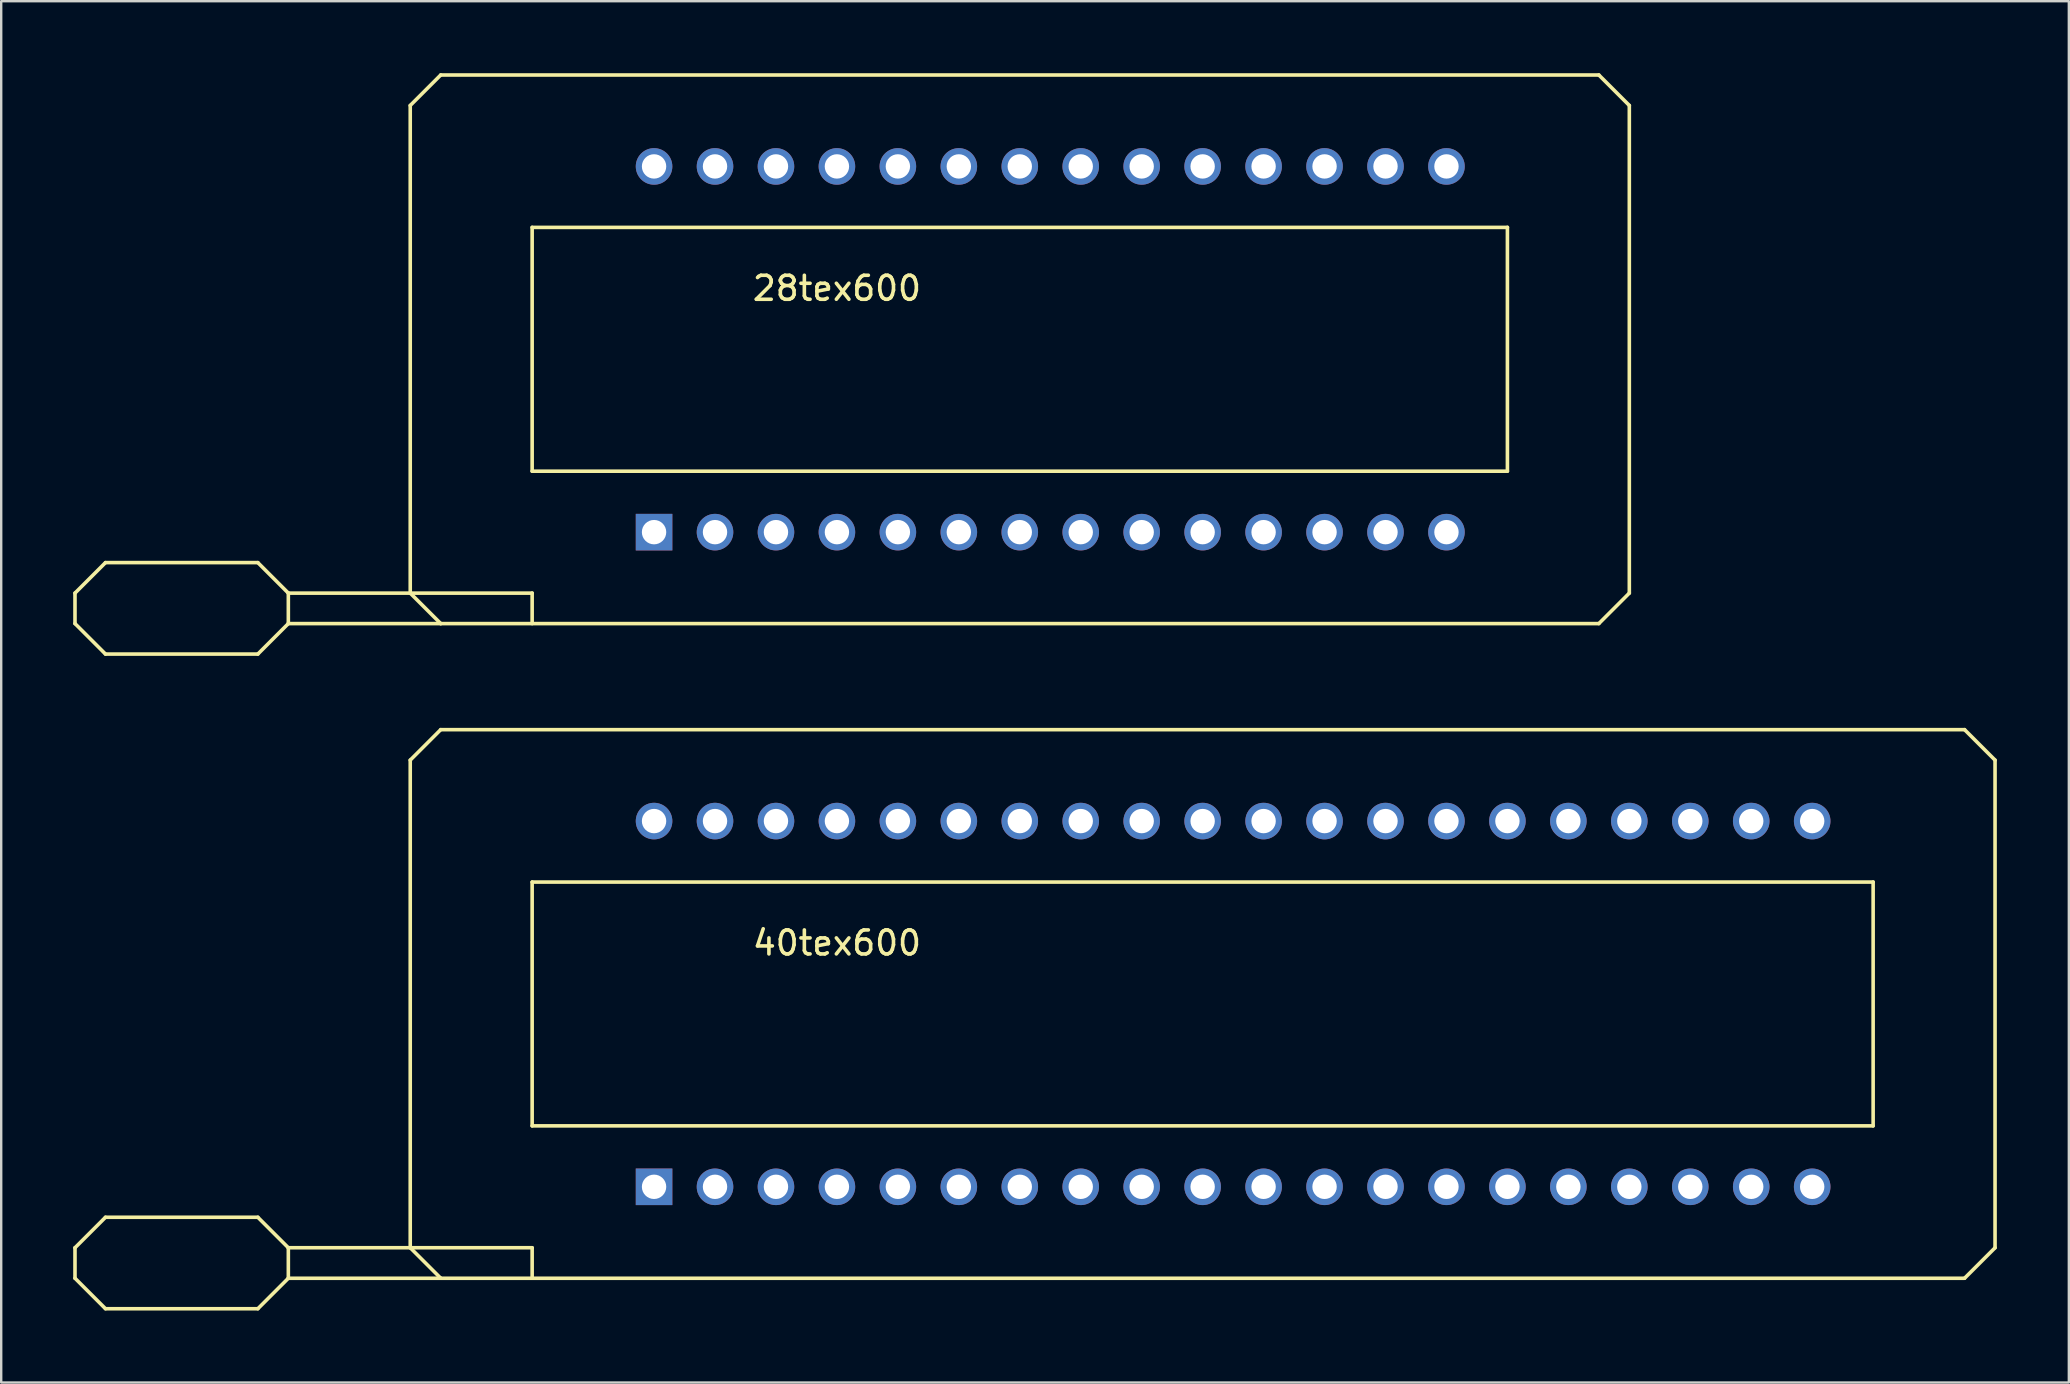
<source format=kicad_pcb>
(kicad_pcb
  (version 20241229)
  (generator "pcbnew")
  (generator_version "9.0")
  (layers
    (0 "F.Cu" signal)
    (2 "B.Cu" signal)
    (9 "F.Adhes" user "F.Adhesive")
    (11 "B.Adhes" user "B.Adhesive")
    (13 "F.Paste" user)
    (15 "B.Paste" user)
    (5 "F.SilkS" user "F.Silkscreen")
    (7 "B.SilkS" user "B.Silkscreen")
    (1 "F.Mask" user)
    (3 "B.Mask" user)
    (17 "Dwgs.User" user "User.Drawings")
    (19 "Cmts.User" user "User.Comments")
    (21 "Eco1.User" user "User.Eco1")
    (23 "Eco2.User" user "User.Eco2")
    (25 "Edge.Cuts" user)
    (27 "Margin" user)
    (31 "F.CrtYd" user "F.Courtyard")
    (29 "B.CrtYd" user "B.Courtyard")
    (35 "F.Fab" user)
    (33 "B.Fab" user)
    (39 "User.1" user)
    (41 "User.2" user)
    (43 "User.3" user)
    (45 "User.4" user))
  (footprint "28tex600"
    (layer "F.Cu")
    (at 40.715 11.505)
    (property "Reference" "28tex600" (at -8.89 -2.54 0) (layer "F.SilkS") (effects (font (size 1 1) (thickness 0.15))))
    (attr through_hole)
    (fp_line (start -40.64 10.16) (end -40.64 11.43) (stroke (width 0.15) (type solid)) (layer "F.SilkS"))
    (fp_line (start -40.64 11.43) (end -39.37 12.7) (stroke (width 0.15) (type solid)) (layer "F.SilkS"))
    (fp_line (start -39.37 8.89) (end -40.64 10.16) (stroke (width 0.15) (type solid)) (layer "F.SilkS"))
    (fp_line (start -39.37 12.7) (end -33.02 12.7) (stroke (width 0.15) (type solid)) (layer "F.SilkS"))
    (fp_line (start -33.02 8.89) (end -39.37 8.89) (stroke (width 0.15) (type solid)) (layer "F.SilkS"))
    (fp_line (start -33.02 12.7) (end -31.75 11.43) (stroke (width 0.15) (type solid)) (layer "F.SilkS"))
    (fp_line (start -31.75 10.16) (end -33.02 8.89) (stroke (width 0.15) (type solid)) (layer "F.SilkS"))
    (fp_line (start -31.75 10.16) (end -21.59 10.16) (stroke (width 0.15) (type solid)) (layer "F.SilkS"))
    (fp_line (start -31.75 11.43) (end -31.75 10.16) (stroke (width 0.15) (type solid)) (layer "F.SilkS"))
    (fp_line (start -31.75 11.43) (end -25.4 11.43) (stroke (width 0.15) (type solid)) (layer "F.SilkS"))
    (fp_line (start -26.67 -10.16) (end -26.67 10.16) (stroke (width 0.15) (type solid)) (layer "F.SilkS"))
    (fp_line (start -26.67 10.16) (end -25.4 11.43) (stroke (width 0.15) (type solid)) (layer "F.SilkS"))
    (fp_line (start -25.4 -11.43) (end -26.67 -10.16) (stroke (width 0.15) (type solid)) (layer "F.SilkS"))
    (fp_line (start -25.4 11.43) (end 22.86 11.43) (stroke (width 0.15) (type solid)) (layer "F.SilkS"))
    (fp_line (start -21.59 -5.08) (end -21.59 5.08) (stroke (width 0.15) (type solid)) (layer "F.SilkS"))
    (fp_line (start -21.59 5.08) (end 19.05 5.08) (stroke (width 0.15) (type solid)) (layer "F.SilkS"))
    (fp_line (start -21.59 10.16) (end -21.59 11.43) (stroke (width 0.15) (type solid)) (layer "F.SilkS"))
    (fp_line (start 19.05 -5.08) (end -21.59 -5.08) (stroke (width 0.15) (type solid)) (layer "F.SilkS"))
    (fp_line (start 19.05 5.08) (end 19.05 -5.08) (stroke (width 0.15) (type solid)) (layer "F.SilkS"))
    (fp_line (start 22.86 -11.43) (end -25.4 -11.43) (stroke (width 0.15) (type solid)) (layer "F.SilkS"))
    (fp_line (start 22.86 11.43) (end 24.13 10.16) (stroke (width 0.15) (type solid)) (layer "F.SilkS"))
    (fp_line (start 24.13 -10.16) (end 22.86 -11.43) (stroke (width 0.15) (type solid)) (layer "F.SilkS"))
    (fp_line (start 24.13 10.16) (end 24.13 -10.16) (stroke (width 0.15) (type solid)) (layer "F.SilkS"))
    (pad "1" thru_hole rect (at -16.51 7.62) (size 1.524 1.524) (drill 1.016) (layers "*.Cu" "*.Mask"))
    (pad "2" thru_hole circle (at -13.97 7.62) (size 1.524 1.524) (drill 1.016) (layers "*.Cu" "*.Mask"))
    (pad "3" thru_hole circle (at -11.43 7.62) (size 1.524 1.524) (drill 1.016) (layers "*.Cu" "*.Mask"))
    (pad "4" thru_hole circle (at -8.89 7.62) (size 1.524 1.524) (drill 1.016) (layers "*.Cu" "*.Mask"))
    (pad "5" thru_hole circle (at -6.35 7.62) (size 1.524 1.524) (drill 1.016) (layers "*.Cu" "*.Mask"))
    (pad "6" thru_hole circle (at -3.81 7.62) (size 1.524 1.524) (drill 1.016) (layers "*.Cu" "*.Mask"))
    (pad "7" thru_hole circle (at -1.27 7.62) (size 1.524 1.524) (drill 1.016) (layers "*.Cu" "*.Mask"))
    (pad "8" thru_hole circle (at 1.27 7.62) (size 1.524 1.524) (drill 1.016) (layers "*.Cu" "*.Mask"))
    (pad "9" thru_hole circle (at 3.81 7.62) (size 1.524 1.524) (drill 1.016) (layers "*.Cu" "*.Mask"))
    (pad "10" thru_hole circle (at 6.35 7.62) (size 1.524 1.524) (drill 1.016) (layers "*.Cu" "*.Mask"))
    (pad "11" thru_hole circle (at 8.89 7.62) (size 1.524 1.524) (drill 1.016) (layers "*.Cu" "*.Mask"))
    (pad "12" thru_hole circle (at 11.43 7.62) (size 1.524 1.524) (drill 1.016) (layers "*.Cu" "*.Mask"))
    (pad "13" thru_hole circle (at 13.97 7.62) (size 1.524 1.524) (drill 1.016) (layers "*.Cu" "*.Mask"))
    (pad "14" thru_hole circle (at 16.51 7.62) (size 1.524 1.524) (drill 1.016) (layers "*.Cu" "*.Mask"))
    (pad "15" thru_hole circle (at 16.51 -7.62) (size 1.524 1.524) (drill 1.016) (layers "*.Cu" "*.Mask"))
    (pad "16" thru_hole circle (at 13.97 -7.62) (size 1.524 1.524) (drill 1.016) (layers "*.Cu" "*.Mask"))
    (pad "17" thru_hole circle (at 11.43 -7.62) (size 1.524 1.524) (drill 1.016) (layers "*.Cu" "*.Mask"))
    (pad "18" thru_hole circle (at 8.89 -7.62) (size 1.524 1.524) (drill 1.016) (layers "*.Cu" "*.Mask"))
    (pad "19" thru_hole circle (at 6.35 -7.62) (size 1.524 1.524) (drill 1.016) (layers "*.Cu" "*.Mask"))
    (pad "20" thru_hole circle (at 3.81 -7.62) (size 1.524 1.524) (drill 1.016) (layers "*.Cu" "*.Mask"))
    (pad "21" thru_hole circle (at 1.27 -7.62) (size 1.524 1.524) (drill 1.016) (layers "*.Cu" "*.Mask"))
    (pad "22" thru_hole circle (at -1.27 -7.62) (size 1.524 1.524) (drill 1.016) (layers "*.Cu" "*.Mask"))
    (pad "23" thru_hole circle (at -3.81 -7.62) (size 1.524 1.524) (drill 1.016) (layers "*.Cu" "*.Mask"))
    (pad "24" thru_hole circle (at -6.35 -7.62) (size 1.524 1.524) (drill 1.016) (layers "*.Cu" "*.Mask"))
    (pad "25" thru_hole circle (at -8.89 -7.62) (size 1.524 1.524) (drill 1.016) (layers "*.Cu" "*.Mask"))
    (pad "26" thru_hole circle (at -11.43 -7.62) (size 1.524 1.524) (drill 1.016) (layers "*.Cu" "*.Mask"))
    (pad "27" thru_hole circle (at -13.97 -7.62) (size 1.524 1.524) (drill 1.016) (layers "*.Cu" "*.Mask"))
    (pad "28" thru_hole circle (at -16.51 -7.62) (size 1.524 1.524) (drill 1.016) (layers "*.Cu" "*.Mask")))
  (footprint "40tex600"
    (layer "F.Cu")
    (at 48.335 38.785)
    (property "Reference" "40tex600" (at -16.51 -2.54 0) (layer "F.SilkS") (effects (font (size 1 1) (thickness 0.15))))
    (attr through_hole)
    (fp_line (start -48.26 10.16) (end -48.26 11.43) (stroke (width 0.15) (type solid)) (layer "F.SilkS"))
    (fp_line (start -48.26 11.43) (end -46.99 12.7) (stroke (width 0.15) (type solid)) (layer "F.SilkS"))
    (fp_line (start -46.99 8.89) (end -48.26 10.16) (stroke (width 0.15) (type solid)) (layer "F.SilkS"))
    (fp_line (start -46.99 12.7) (end -40.64 12.7) (stroke (width 0.15) (type solid)) (layer "F.SilkS"))
    (fp_line (start -40.64 8.89) (end -46.99 8.89) (stroke (width 0.15) (type solid)) (layer "F.SilkS"))
    (fp_line (start -40.64 12.7) (end -39.37 11.43) (stroke (width 0.15) (type solid)) (layer "F.SilkS"))
    (fp_line (start -39.37 10.16) (end -40.64 8.89) (stroke (width 0.15) (type solid)) (layer "F.SilkS"))
    (fp_line (start -39.37 10.16) (end -29.21 10.16) (stroke (width 0.15) (type solid)) (layer "F.SilkS"))
    (fp_line (start -39.37 11.43) (end -39.37 10.16) (stroke (width 0.15) (type solid)) (layer "F.SilkS"))
    (fp_line (start -39.37 11.43) (end -33.02 11.43) (stroke (width 0.15) (type solid)) (layer "F.SilkS"))
    (fp_line (start -34.29 -10.16) (end -33.02 -11.43) (stroke (width 0.15) (type solid)) (layer "F.SilkS"))
    (fp_line (start -34.29 10.16) (end -34.29 -10.16) (stroke (width 0.15) (type solid)) (layer "F.SilkS"))
    (fp_line (start -33.02 -11.43) (end 30.48 -11.43) (stroke (width 0.15) (type solid)) (layer "F.SilkS"))
    (fp_line (start -33.02 11.43) (end -34.29 10.16) (stroke (width 0.15) (type solid)) (layer "F.SilkS"))
    (fp_line (start -29.21 -5.08) (end 26.67 -5.08) (stroke (width 0.15) (type solid)) (layer "F.SilkS"))
    (fp_line (start -29.21 5.08) (end -29.21 -5.08) (stroke (width 0.15) (type solid)) (layer "F.SilkS"))
    (fp_line (start -29.21 10.16) (end -29.21 11.43) (stroke (width 0.15) (type solid)) (layer "F.SilkS"))
    (fp_line (start 26.67 -5.08) (end 26.67 5.08) (stroke (width 0.15) (type solid)) (layer "F.SilkS"))
    (fp_line (start 26.67 5.08) (end -29.21 5.08) (stroke (width 0.15) (type solid)) (layer "F.SilkS"))
    (fp_line (start 30.48 -11.43) (end 31.75 -10.16) (stroke (width 0.15) (type solid)) (layer "F.SilkS"))
    (fp_line (start 30.48 11.43) (end -33.02 11.43) (stroke (width 0.15) (type solid)) (layer "F.SilkS"))
    (fp_line (start 31.75 -10.16) (end 31.75 10.16) (stroke (width 0.15) (type solid)) (layer "F.SilkS"))
    (fp_line (start 31.75 10.16) (end 30.48 11.43) (stroke (width 0.15) (type solid)) (layer "F.SilkS"))
    (pad "1" thru_hole rect (at -24.13 7.62) (size 1.524 1.524) (drill 1.016) (layers "*.Cu" "*.Mask"))
    (pad "2" thru_hole circle (at -21.59 7.62) (size 1.524 1.524) (drill 1.016) (layers "*.Cu" "*.Mask"))
    (pad "3" thru_hole circle (at -19.05 7.62) (size 1.524 1.524) (drill 1.016) (layers "*.Cu" "*.Mask"))
    (pad "4" thru_hole circle (at -16.51 7.62) (size 1.524 1.524) (drill 1.016) (layers "*.Cu" "*.Mask"))
    (pad "5" thru_hole circle (at -13.97 7.62) (size 1.524 1.524) (drill 1.016) (layers "*.Cu" "*.Mask"))
    (pad "6" thru_hole circle (at -11.43 7.62) (size 1.524 1.524) (drill 1.016) (layers "*.Cu" "*.Mask"))
    (pad "7" thru_hole circle (at -8.89 7.62) (size 1.524 1.524) (drill 1.016) (layers "*.Cu" "*.Mask"))
    (pad "8" thru_hole circle (at -6.35 7.62) (size 1.524 1.524) (drill 1.016) (layers "*.Cu" "*.Mask"))
    (pad "9" thru_hole circle (at -3.81 7.62) (size 1.524 1.524) (drill 1.016) (layers "*.Cu" "*.Mask"))
    (pad "10" thru_hole circle (at -1.27 7.62) (size 1.524 1.524) (drill 1.016) (layers "*.Cu" "*.Mask"))
    (pad "11" thru_hole circle (at 1.27 7.62) (size 1.524 1.524) (drill 1.016) (layers "*.Cu" "*.Mask"))
    (pad "12" thru_hole circle (at 3.81 7.62) (size 1.524 1.524) (drill 1.016) (layers "*.Cu" "*.Mask"))
    (pad "13" thru_hole circle (at 6.35 7.62) (size 1.524 1.524) (drill 1.016) (layers "*.Cu" "*.Mask"))
    (pad "14" thru_hole circle (at 8.89 7.62) (size 1.524 1.524) (drill 1.016) (layers "*.Cu" "*.Mask"))
    (pad "15" thru_hole circle (at 11.43 7.62) (size 1.524 1.524) (drill 1.016) (layers "*.Cu" "*.Mask"))
    (pad "16" thru_hole circle (at 13.97 7.62) (size 1.524 1.524) (drill 1.016) (layers "*.Cu" "*.Mask"))
    (pad "17" thru_hole circle (at 16.51 7.62) (size 1.524 1.524) (drill 1.016) (layers "*.Cu" "*.Mask"))
    (pad "18" thru_hole circle (at 19.05 7.62) (size 1.524 1.524) (drill 1.016) (layers "*.Cu" "*.Mask"))
    (pad "19" thru_hole circle (at 21.59 7.62) (size 1.524 1.524) (drill 1.016) (layers "*.Cu" "*.Mask"))
    (pad "20" thru_hole circle (at 24.13 7.62) (size 1.524 1.524) (drill 1.016) (layers "*.Cu" "*.Mask"))
    (pad "21" thru_hole circle (at 24.13 -7.62) (size 1.524 1.524) (drill 1.016) (layers "*.Cu" "*.Mask"))
    (pad "22" thru_hole circle (at 21.59 -7.62) (size 1.524 1.524) (drill 1.016) (layers "*.Cu" "*.Mask"))
    (pad "23" thru_hole circle (at 19.05 -7.62) (size 1.524 1.524) (drill 1.016) (layers "*.Cu" "*.Mask"))
    (pad "24" thru_hole circle (at 16.51 -7.62) (size 1.524 1.524) (drill 1.016) (layers "*.Cu" "*.Mask"))
    (pad "25" thru_hole circle (at 13.97 -7.62) (size 1.524 1.524) (drill 1.016) (layers "*.Cu" "*.Mask"))
    (pad "26" thru_hole circle (at 11.43 -7.62) (size 1.524 1.524) (drill 1.016) (layers "*.Cu" "*.Mask"))
    (pad "27" thru_hole circle (at 8.89 -7.62) (size 1.524 1.524) (drill 1.016) (layers "*.Cu" "*.Mask"))
    (pad "28" thru_hole circle (at 6.35 -7.62) (size 1.524 1.524) (drill 1.016) (layers "*.Cu" "*.Mask"))
    (pad "29" thru_hole circle (at 3.81 -7.62) (size 1.524 1.524) (drill 1.016) (layers "*.Cu" "*.Mask"))
    (pad "30" thru_hole circle (at 1.27 -7.62) (size 1.524 1.524) (drill 1.016) (layers "*.Cu" "*.Mask"))
    (pad "31" thru_hole circle (at -1.27 -7.62) (size 1.524 1.524) (drill 1.016) (layers "*.Cu" "*.Mask"))
    (pad "32" thru_hole circle (at -3.81 -7.62) (size 1.524 1.524) (drill 1.016) (layers "*.Cu" "*.Mask"))
    (pad "33" thru_hole circle (at -6.35 -7.62) (size 1.524 1.524) (drill 1.016) (layers "*.Cu" "*.Mask"))
    (pad "34" thru_hole circle (at -8.89 -7.62) (size 1.524 1.524) (drill 1.016) (layers "*.Cu" "*.Mask"))
    (pad "35" thru_hole circle (at -11.43 -7.62) (size 1.524 1.524) (drill 1.016) (layers "*.Cu" "*.Mask"))
    (pad "36" thru_hole circle (at -13.97 -7.62) (size 1.524 1.524) (drill 1.016) (layers "*.Cu" "*.Mask"))
    (pad "37" thru_hole circle (at -16.51 -7.62) (size 1.524 1.524) (drill 1.016) (layers "*.Cu" "*.Mask"))
    (pad "38" thru_hole circle (at -19.05 -7.62) (size 1.524 1.524) (drill 1.016) (layers "*.Cu" "*.Mask"))
    (pad "39" thru_hole circle (at -21.59 -7.62) (size 1.524 1.524) (drill 1.016) (layers "*.Cu" "*.Mask"))
    (pad "40" thru_hole circle (at -24.13 -7.62) (size 1.524 1.524) (drill 1.016) (layers "*.Cu" "*.Mask")))
  (gr_rect
    (start -3 -3)
    (end 83.16 54.56)
    (stroke (width 0.1) (type default))
    (fill no)
    (layer "Edge.Cuts")))
</source>
